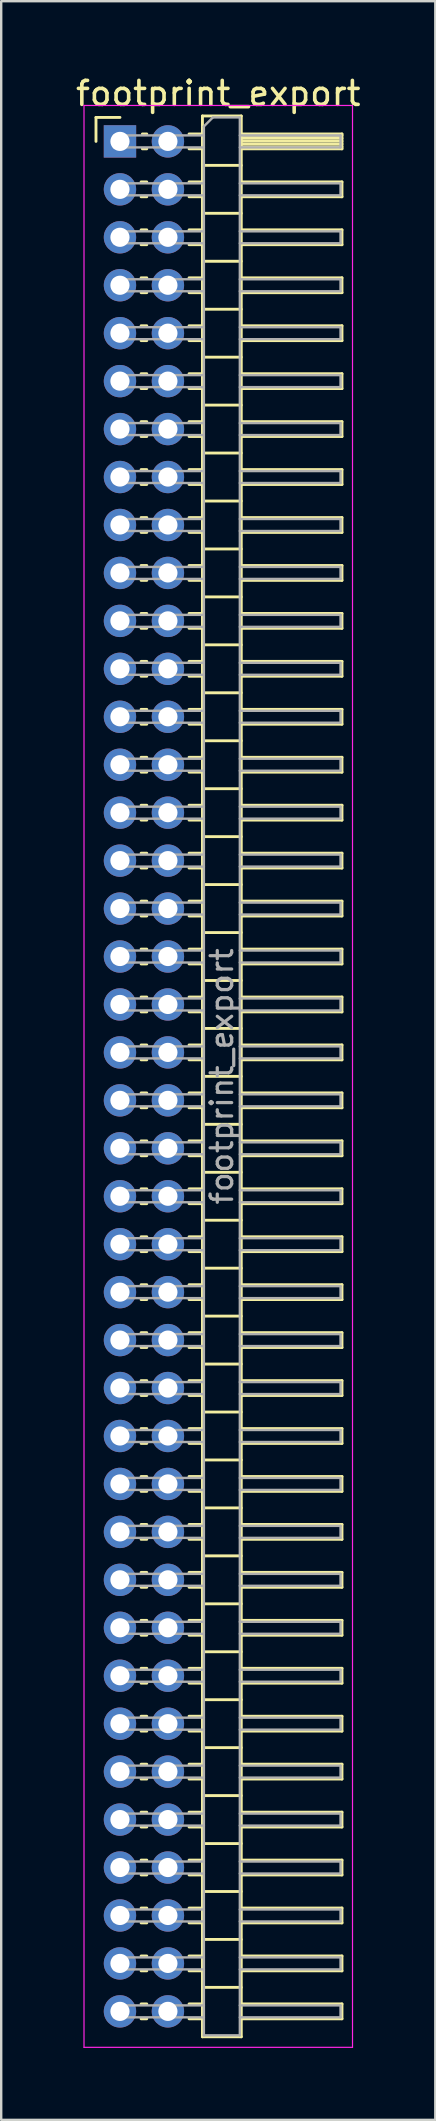
<source format=kicad_pcb>
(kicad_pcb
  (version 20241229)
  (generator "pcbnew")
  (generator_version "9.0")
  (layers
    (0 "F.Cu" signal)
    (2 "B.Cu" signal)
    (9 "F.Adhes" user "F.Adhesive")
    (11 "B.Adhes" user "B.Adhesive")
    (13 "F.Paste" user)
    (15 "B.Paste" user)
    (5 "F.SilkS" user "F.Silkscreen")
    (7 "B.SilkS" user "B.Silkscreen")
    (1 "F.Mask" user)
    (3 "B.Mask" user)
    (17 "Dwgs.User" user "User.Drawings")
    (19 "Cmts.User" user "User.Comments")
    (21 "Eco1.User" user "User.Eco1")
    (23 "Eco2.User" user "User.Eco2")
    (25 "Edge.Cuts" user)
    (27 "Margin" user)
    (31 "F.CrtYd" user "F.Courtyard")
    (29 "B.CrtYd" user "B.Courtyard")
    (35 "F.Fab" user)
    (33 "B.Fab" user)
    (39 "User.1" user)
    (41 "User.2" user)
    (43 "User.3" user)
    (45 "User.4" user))
  (footprint "footprint_export"
    (layer "F.Cu")
    (at 1.954 2.848)
    (property "Reference" "footprint_export" (at 4.1 -2 0) (layer "F.SilkS") (effects (font (size 1 1) (thickness 0.15))))
    (attr through_hole)
    (fp_line (start -1 -1) (end 0 -1) (stroke (width 0.12) (type solid)) (layer "F.SilkS"))
    (fp_line (start -1 0) (end -1 -1) (stroke (width 0.12) (type solid)) (layer "F.SilkS"))
    (fp_line (start 0.882 1.69) (end 1.118 1.69) (stroke (width 0.12) (type solid)) (layer "F.SilkS"))
    (fp_line (start 0.882 2.31) (end 1.118 2.31) (stroke (width 0.12) (type solid)) (layer "F.SilkS"))
    (fp_line (start 0.882 3.69) (end 1.118 3.69) (stroke (width 0.12) (type solid)) (layer "F.SilkS"))
    (fp_line (start 0.882 4.31) (end 1.118 4.31) (stroke (width 0.12) (type solid)) (layer "F.SilkS"))
    (fp_line (start 0.882 5.69) (end 1.118 5.69) (stroke (width 0.12) (type solid)) (layer "F.SilkS"))
    (fp_line (start 0.882 6.31) (end 1.118 6.31) (stroke (width 0.12) (type solid)) (layer "F.SilkS"))
    (fp_line (start 0.882 7.69) (end 1.118 7.69) (stroke (width 0.12) (type solid)) (layer "F.SilkS"))
    (fp_line (start 0.882 8.31) (end 1.118 8.31) (stroke (width 0.12) (type solid)) (layer "F.SilkS"))
    (fp_line (start 0.882 9.69) (end 1.118 9.69) (stroke (width 0.12) (type solid)) (layer "F.SilkS"))
    (fp_line (start 0.882 10.31) (end 1.118 10.31) (stroke (width 0.12) (type solid)) (layer "F.SilkS"))
    (fp_line (start 0.882 11.69) (end 1.118 11.69) (stroke (width 0.12) (type solid)) (layer "F.SilkS"))
    (fp_line (start 0.882 12.31) (end 1.118 12.31) (stroke (width 0.12) (type solid)) (layer "F.SilkS"))
    (fp_line (start 0.882 13.69) (end 1.118 13.69) (stroke (width 0.12) (type solid)) (layer "F.SilkS"))
    (fp_line (start 0.882 14.31) (end 1.118 14.31) (stroke (width 0.12) (type solid)) (layer "F.SilkS"))
    (fp_line (start 0.882 15.69) (end 1.118 15.69) (stroke (width 0.12) (type solid)) (layer "F.SilkS"))
    (fp_line (start 0.882 16.31) (end 1.118 16.31) (stroke (width 0.12) (type solid)) (layer "F.SilkS"))
    (fp_line (start 0.882 17.69) (end 1.118 17.69) (stroke (width 0.12) (type solid)) (layer "F.SilkS"))
    (fp_line (start 0.882 18.31) (end 1.118 18.31) (stroke (width 0.12) (type solid)) (layer "F.SilkS"))
    (fp_line (start 0.882 19.69) (end 1.118 19.69) (stroke (width 0.12) (type solid)) (layer "F.SilkS"))
    (fp_line (start 0.882 20.31) (end 1.118 20.31) (stroke (width 0.12) (type solid)) (layer "F.SilkS"))
    (fp_line (start 0.882 21.69) (end 1.118 21.69) (stroke (width 0.12) (type solid)) (layer "F.SilkS"))
    (fp_line (start 0.882 22.31) (end 1.118 22.31) (stroke (width 0.12) (type solid)) (layer "F.SilkS"))
    (fp_line (start 0.882 23.69) (end 1.118 23.69) (stroke (width 0.12) (type solid)) (layer "F.SilkS"))
    (fp_line (start 0.882 24.31) (end 1.118 24.31) (stroke (width 0.12) (type solid)) (layer "F.SilkS"))
    (fp_line (start 0.882 25.69) (end 1.118 25.69) (stroke (width 0.12) (type solid)) (layer "F.SilkS"))
    (fp_line (start 0.882 26.31) (end 1.118 26.31) (stroke (width 0.12) (type solid)) (layer "F.SilkS"))
    (fp_line (start 0.882 27.69) (end 1.118 27.69) (stroke (width 0.12) (type solid)) (layer "F.SilkS"))
    (fp_line (start 0.882 28.31) (end 1.118 28.31) (stroke (width 0.12) (type solid)) (layer "F.SilkS"))
    (fp_line (start 0.882 29.69) (end 1.118 29.69) (stroke (width 0.12) (type solid)) (layer "F.SilkS"))
    (fp_line (start 0.882 30.31) (end 1.118 30.31) (stroke (width 0.12) (type solid)) (layer "F.SilkS"))
    (fp_line (start 0.882 31.69) (end 1.118 31.69) (stroke (width 0.12) (type solid)) (layer "F.SilkS"))
    (fp_line (start 0.882 32.31) (end 1.118 32.31) (stroke (width 0.12) (type solid)) (layer "F.SilkS"))
    (fp_line (start 0.882 33.69) (end 1.118 33.69) (stroke (width 0.12) (type solid)) (layer "F.SilkS"))
    (fp_line (start 0.882 34.31) (end 1.118 34.31) (stroke (width 0.12) (type solid)) (layer "F.SilkS"))
    (fp_line (start 0.882 35.69) (end 1.118 35.69) (stroke (width 0.12) (type solid)) (layer "F.SilkS"))
    (fp_line (start 0.882 36.31) (end 1.118 36.31) (stroke (width 0.12) (type solid)) (layer "F.SilkS"))
    (fp_line (start 0.882 37.69) (end 1.118 37.69) (stroke (width 0.12) (type solid)) (layer "F.SilkS"))
    (fp_line (start 0.882 38.31) (end 1.118 38.31) (stroke (width 0.12) (type solid)) (layer "F.SilkS"))
    (fp_line (start 0.882 39.69) (end 1.118 39.69) (stroke (width 0.12) (type solid)) (layer "F.SilkS"))
    (fp_line (start 0.882 40.31) (end 1.118 40.31) (stroke (width 0.12) (type solid)) (layer "F.SilkS"))
    (fp_line (start 0.882 41.69) (end 1.118 41.69) (stroke (width 0.12) (type solid)) (layer "F.SilkS"))
    (fp_line (start 0.882 42.31) (end 1.118 42.31) (stroke (width 0.12) (type solid)) (layer "F.SilkS"))
    (fp_line (start 0.882 43.69) (end 1.118 43.69) (stroke (width 0.12) (type solid)) (layer "F.SilkS"))
    (fp_line (start 0.882 44.31) (end 1.118 44.31) (stroke (width 0.12) (type solid)) (layer "F.SilkS"))
    (fp_line (start 0.882 45.69) (end 1.118 45.69) (stroke (width 0.12) (type solid)) (layer "F.SilkS"))
    (fp_line (start 0.882 46.31) (end 1.118 46.31) (stroke (width 0.12) (type solid)) (layer "F.SilkS"))
    (fp_line (start 0.882 47.69) (end 1.118 47.69) (stroke (width 0.12) (type solid)) (layer "F.SilkS"))
    (fp_line (start 0.882 48.31) (end 1.118 48.31) (stroke (width 0.12) (type solid)) (layer "F.SilkS"))
    (fp_line (start 0.882 49.69) (end 1.118 49.69) (stroke (width 0.12) (type solid)) (layer "F.SilkS"))
    (fp_line (start 0.882 50.31) (end 1.118 50.31) (stroke (width 0.12) (type solid)) (layer "F.SilkS"))
    (fp_line (start 0.882 51.69) (end 1.118 51.69) (stroke (width 0.12) (type solid)) (layer "F.SilkS"))
    (fp_line (start 0.882 52.31) (end 1.118 52.31) (stroke (width 0.12) (type solid)) (layer "F.SilkS"))
    (fp_line (start 0.882 53.69) (end 1.118 53.69) (stroke (width 0.12) (type solid)) (layer "F.SilkS"))
    (fp_line (start 0.882 54.31) (end 1.118 54.31) (stroke (width 0.12) (type solid)) (layer "F.SilkS"))
    (fp_line (start 0.882 55.69) (end 1.118 55.69) (stroke (width 0.12) (type solid)) (layer "F.SilkS"))
    (fp_line (start 0.882 56.31) (end 1.118 56.31) (stroke (width 0.12) (type solid)) (layer "F.SilkS"))
    (fp_line (start 0.882 57.69) (end 1.118 57.69) (stroke (width 0.12) (type solid)) (layer "F.SilkS"))
    (fp_line (start 0.882 58.31) (end 1.118 58.31) (stroke (width 0.12) (type solid)) (layer "F.SilkS"))
    (fp_line (start 0.882 59.69) (end 1.118 59.69) (stroke (width 0.12) (type solid)) (layer "F.SilkS"))
    (fp_line (start 0.882 60.31) (end 1.118 60.31) (stroke (width 0.12) (type solid)) (layer "F.SilkS"))
    (fp_line (start 0.882 61.69) (end 1.118 61.69) (stroke (width 0.12) (type solid)) (layer "F.SilkS"))
    (fp_line (start 0.882 62.31) (end 1.118 62.31) (stroke (width 0.12) (type solid)) (layer "F.SilkS"))
    (fp_line (start 0.882 63.69) (end 1.118 63.69) (stroke (width 0.12) (type solid)) (layer "F.SilkS"))
    (fp_line (start 0.882 64.31) (end 1.118 64.31) (stroke (width 0.12) (type solid)) (layer "F.SilkS"))
    (fp_line (start 0.882 65.69) (end 1.118 65.69) (stroke (width 0.12) (type solid)) (layer "F.SilkS"))
    (fp_line (start 0.882 66.31) (end 1.118 66.31) (stroke (width 0.12) (type solid)) (layer "F.SilkS"))
    (fp_line (start 0.882 67.69) (end 1.118 67.69) (stroke (width 0.12) (type solid)) (layer "F.SilkS"))
    (fp_line (start 0.882 68.31) (end 1.118 68.31) (stroke (width 0.12) (type solid)) (layer "F.SilkS"))
    (fp_line (start 0.882 69.69) (end 1.118 69.69) (stroke (width 0.12) (type solid)) (layer "F.SilkS"))
    (fp_line (start 0.882 70.31) (end 1.118 70.31) (stroke (width 0.12) (type solid)) (layer "F.SilkS"))
    (fp_line (start 0.882 71.69) (end 1.118 71.69) (stroke (width 0.12) (type solid)) (layer "F.SilkS"))
    (fp_line (start 0.882 72.31) (end 1.118 72.31) (stroke (width 0.12) (type solid)) (layer "F.SilkS"))
    (fp_line (start 0.882 73.69) (end 1.118 73.69) (stroke (width 0.12) (type solid)) (layer "F.SilkS"))
    (fp_line (start 0.882 74.31) (end 1.118 74.31) (stroke (width 0.12) (type solid)) (layer "F.SilkS"))
    (fp_line (start 0.882 75.69) (end 1.118 75.69) (stroke (width 0.12) (type solid)) (layer "F.SilkS"))
    (fp_line (start 0.882 76.31) (end 1.118 76.31) (stroke (width 0.12) (type solid)) (layer "F.SilkS"))
    (fp_line (start 0.882 77.69) (end 1.118 77.69) (stroke (width 0.12) (type solid)) (layer "F.SilkS"))
    (fp_line (start 0.882 78.31) (end 1.118 78.31) (stroke (width 0.12) (type solid)) (layer "F.SilkS"))
    (fp_line (start 0.935 -0.31) (end 1.118 -0.31) (stroke (width 0.12) (type solid)) (layer "F.SilkS"))
    (fp_line (start 0.935 0.31) (end 1.118 0.31) (stroke (width 0.12) (type solid)) (layer "F.SilkS"))
    (fp_line (start 2.882 -0.31) (end 3.44 -0.31) (stroke (width 0.12) (type solid)) (layer "F.SilkS"))
    (fp_line (start 2.882 0.31) (end 3.44 0.31) (stroke (width 0.12) (type solid)) (layer "F.SilkS"))
    (fp_line (start 2.882 1.69) (end 3.44 1.69) (stroke (width 0.12) (type solid)) (layer "F.SilkS"))
    (fp_line (start 2.882 2.31) (end 3.44 2.31) (stroke (width 0.12) (type solid)) (layer "F.SilkS"))
    (fp_line (start 2.882 3.69) (end 3.44 3.69) (stroke (width 0.12) (type solid)) (layer "F.SilkS"))
    (fp_line (start 2.882 4.31) (end 3.44 4.31) (stroke (width 0.12) (type solid)) (layer "F.SilkS"))
    (fp_line (start 2.882 5.69) (end 3.44 5.69) (stroke (width 0.12) (type solid)) (layer "F.SilkS"))
    (fp_line (start 2.882 6.31) (end 3.44 6.31) (stroke (width 0.12) (type solid)) (layer "F.SilkS"))
    (fp_line (start 2.882 7.69) (end 3.44 7.69) (stroke (width 0.12) (type solid)) (layer "F.SilkS"))
    (fp_line (start 2.882 8.31) (end 3.44 8.31) (stroke (width 0.12) (type solid)) (layer "F.SilkS"))
    (fp_line (start 2.882 9.69) (end 3.44 9.69) (stroke (width 0.12) (type solid)) (layer "F.SilkS"))
    (fp_line (start 2.882 10.31) (end 3.44 10.31) (stroke (width 0.12) (type solid)) (layer "F.SilkS"))
    (fp_line (start 2.882 11.69) (end 3.44 11.69) (stroke (width 0.12) (type solid)) (layer "F.SilkS"))
    (fp_line (start 2.882 12.31) (end 3.44 12.31) (stroke (width 0.12) (type solid)) (layer "F.SilkS"))
    (fp_line (start 2.882 13.69) (end 3.44 13.69) (stroke (width 0.12) (type solid)) (layer "F.SilkS"))
    (fp_line (start 2.882 14.31) (end 3.44 14.31) (stroke (width 0.12) (type solid)) (layer "F.SilkS"))
    (fp_line (start 2.882 15.69) (end 3.44 15.69) (stroke (width 0.12) (type solid)) (layer "F.SilkS"))
    (fp_line (start 2.882 16.31) (end 3.44 16.31) (stroke (width 0.12) (type solid)) (layer "F.SilkS"))
    (fp_line (start 2.882 17.69) (end 3.44 17.69) (stroke (width 0.12) (type solid)) (layer "F.SilkS"))
    (fp_line (start 2.882 18.31) (end 3.44 18.31) (stroke (width 0.12) (type solid)) (layer "F.SilkS"))
    (fp_line (start 2.882 19.69) (end 3.44 19.69) (stroke (width 0.12) (type solid)) (layer "F.SilkS"))
    (fp_line (start 2.882 20.31) (end 3.44 20.31) (stroke (width 0.12) (type solid)) (layer "F.SilkS"))
    (fp_line (start 2.882 21.69) (end 3.44 21.69) (stroke (width 0.12) (type solid)) (layer "F.SilkS"))
    (fp_line (start 2.882 22.31) (end 3.44 22.31) (stroke (width 0.12) (type solid)) (layer "F.SilkS"))
    (fp_line (start 2.882 23.69) (end 3.44 23.69) (stroke (width 0.12) (type solid)) (layer "F.SilkS"))
    (fp_line (start 2.882 24.31) (end 3.44 24.31) (stroke (width 0.12) (type solid)) (layer "F.SilkS"))
    (fp_line (start 2.882 25.69) (end 3.44 25.69) (stroke (width 0.12) (type solid)) (layer "F.SilkS"))
    (fp_line (start 2.882 26.31) (end 3.44 26.31) (stroke (width 0.12) (type solid)) (layer "F.SilkS"))
    (fp_line (start 2.882 27.69) (end 3.44 27.69) (stroke (width 0.12) (type solid)) (layer "F.SilkS"))
    (fp_line (start 2.882 28.31) (end 3.44 28.31) (stroke (width 0.12) (type solid)) (layer "F.SilkS"))
    (fp_line (start 2.882 29.69) (end 3.44 29.69) (stroke (width 0.12) (type solid)) (layer "F.SilkS"))
    (fp_line (start 2.882 30.31) (end 3.44 30.31) (stroke (width 0.12) (type solid)) (layer "F.SilkS"))
    (fp_line (start 2.882 31.69) (end 3.44 31.69) (stroke (width 0.12) (type solid)) (layer "F.SilkS"))
    (fp_line (start 2.882 32.31) (end 3.44 32.31) (stroke (width 0.12) (type solid)) (layer "F.SilkS"))
    (fp_line (start 2.882 33.69) (end 3.44 33.69) (stroke (width 0.12) (type solid)) (layer "F.SilkS"))
    (fp_line (start 2.882 34.31) (end 3.44 34.31) (stroke (width 0.12) (type solid)) (layer "F.SilkS"))
    (fp_line (start 2.882 35.69) (end 3.44 35.69) (stroke (width 0.12) (type solid)) (layer "F.SilkS"))
    (fp_line (start 2.882 36.31) (end 3.44 36.31) (stroke (width 0.12) (type solid)) (layer "F.SilkS"))
    (fp_line (start 2.882 37.69) (end 3.44 37.69) (stroke (width 0.12) (type solid)) (layer "F.SilkS"))
    (fp_line (start 2.882 38.31) (end 3.44 38.31) (stroke (width 0.12) (type solid)) (layer "F.SilkS"))
    (fp_line (start 2.882 39.69) (end 3.44 39.69) (stroke (width 0.12) (type solid)) (layer "F.SilkS"))
    (fp_line (start 2.882 40.31) (end 3.44 40.31) (stroke (width 0.12) (type solid)) (layer "F.SilkS"))
    (fp_line (start 2.882 41.69) (end 3.44 41.69) (stroke (width 0.12) (type solid)) (layer "F.SilkS"))
    (fp_line (start 2.882 42.31) (end 3.44 42.31) (stroke (width 0.12) (type solid)) (layer "F.SilkS"))
    (fp_line (start 2.882 43.69) (end 3.44 43.69) (stroke (width 0.12) (type solid)) (layer "F.SilkS"))
    (fp_line (start 2.882 44.31) (end 3.44 44.31) (stroke (width 0.12) (type solid)) (layer "F.SilkS"))
    (fp_line (start 2.882 45.69) (end 3.44 45.69) (stroke (width 0.12) (type solid)) (layer "F.SilkS"))
    (fp_line (start 2.882 46.31) (end 3.44 46.31) (stroke (width 0.12) (type solid)) (layer "F.SilkS"))
    (fp_line (start 2.882 47.69) (end 3.44 47.69) (stroke (width 0.12) (type solid)) (layer "F.SilkS"))
    (fp_line (start 2.882 48.31) (end 3.44 48.31) (stroke (width 0.12) (type solid)) (layer "F.SilkS"))
    (fp_line (start 2.882 49.69) (end 3.44 49.69) (stroke (width 0.12) (type solid)) (layer "F.SilkS"))
    (fp_line (start 2.882 50.31) (end 3.44 50.31) (stroke (width 0.12) (type solid)) (layer "F.SilkS"))
    (fp_line (start 2.882 51.69) (end 3.44 51.69) (stroke (width 0.12) (type solid)) (layer "F.SilkS"))
    (fp_line (start 2.882 52.31) (end 3.44 52.31) (stroke (width 0.12) (type solid)) (layer "F.SilkS"))
    (fp_line (start 2.882 53.69) (end 3.44 53.69) (stroke (width 0.12) (type solid)) (layer "F.SilkS"))
    (fp_line (start 2.882 54.31) (end 3.44 54.31) (stroke (width 0.12) (type solid)) (layer "F.SilkS"))
    (fp_line (start 2.882 55.69) (end 3.44 55.69) (stroke (width 0.12) (type solid)) (layer "F.SilkS"))
    (fp_line (start 2.882 56.31) (end 3.44 56.31) (stroke (width 0.12) (type solid)) (layer "F.SilkS"))
    (fp_line (start 2.882 57.69) (end 3.44 57.69) (stroke (width 0.12) (type solid)) (layer "F.SilkS"))
    (fp_line (start 2.882 58.31) (end 3.44 58.31) (stroke (width 0.12) (type solid)) (layer "F.SilkS"))
    (fp_line (start 2.882 59.69) (end 3.44 59.69) (stroke (width 0.12) (type solid)) (layer "F.SilkS"))
    (fp_line (start 2.882 60.31) (end 3.44 60.31) (stroke (width 0.12) (type solid)) (layer "F.SilkS"))
    (fp_line (start 2.882 61.69) (end 3.44 61.69) (stroke (width 0.12) (type solid)) (layer "F.SilkS"))
    (fp_line (start 2.882 62.31) (end 3.44 62.31) (stroke (width 0.12) (type solid)) (layer "F.SilkS"))
    (fp_line (start 2.882 63.69) (end 3.44 63.69) (stroke (width 0.12) (type solid)) (layer "F.SilkS"))
    (fp_line (start 2.882 64.31) (end 3.44 64.31) (stroke (width 0.12) (type solid)) (layer "F.SilkS"))
    (fp_line (start 2.882 65.69) (end 3.44 65.69) (stroke (width 0.12) (type solid)) (layer "F.SilkS"))
    (fp_line (start 2.882 66.31) (end 3.44 66.31) (stroke (width 0.12) (type solid)) (layer "F.SilkS"))
    (fp_line (start 2.882 67.69) (end 3.44 67.69) (stroke (width 0.12) (type solid)) (layer "F.SilkS"))
    (fp_line (start 2.882 68.31) (end 3.44 68.31) (stroke (width 0.12) (type solid)) (layer "F.SilkS"))
    (fp_line (start 2.882 69.69) (end 3.44 69.69) (stroke (width 0.12) (type solid)) (layer "F.SilkS"))
    (fp_line (start 2.882 70.31) (end 3.44 70.31) (stroke (width 0.12) (type solid)) (layer "F.SilkS"))
    (fp_line (start 2.882 71.69) (end 3.44 71.69) (stroke (width 0.12) (type solid)) (layer "F.SilkS"))
    (fp_line (start 2.882 72.31) (end 3.44 72.31) (stroke (width 0.12) (type solid)) (layer "F.SilkS"))
    (fp_line (start 2.882 73.69) (end 3.44 73.69) (stroke (width 0.12) (type solid)) (layer "F.SilkS"))
    (fp_line (start 2.882 74.31) (end 3.44 74.31) (stroke (width 0.12) (type solid)) (layer "F.SilkS"))
    (fp_line (start 2.882 75.69) (end 3.44 75.69) (stroke (width 0.12) (type solid)) (layer "F.SilkS"))
    (fp_line (start 2.882 76.31) (end 3.44 76.31) (stroke (width 0.12) (type solid)) (layer "F.SilkS"))
    (fp_line (start 2.882 77.69) (end 3.44 77.69) (stroke (width 0.12) (type solid)) (layer "F.SilkS"))
    (fp_line (start 2.882 78.31) (end 3.44 78.31) (stroke (width 0.12) (type solid)) (layer "F.SilkS"))
    (fp_line (start 3.44 -1.06) (end 3.44 79.06) (stroke (width 0.12) (type solid)) (layer "F.SilkS"))
    (fp_line (start 3.44 1) (end 5.06 1) (stroke (width 0.12) (type solid)) (layer "F.SilkS"))
    (fp_line (start 3.44 3) (end 5.06 3) (stroke (width 0.12) (type solid)) (layer "F.SilkS"))
    (fp_line (start 3.44 5) (end 5.06 5) (stroke (width 0.12) (type solid)) (layer "F.SilkS"))
    (fp_line (start 3.44 7) (end 5.06 7) (stroke (width 0.12) (type solid)) (layer "F.SilkS"))
    (fp_line (start 3.44 9) (end 5.06 9) (stroke (width 0.12) (type solid)) (layer "F.SilkS"))
    (fp_line (start 3.44 11) (end 5.06 11) (stroke (width 0.12) (type solid)) (layer "F.SilkS"))
    (fp_line (start 3.44 13) (end 5.06 13) (stroke (width 0.12) (type solid)) (layer "F.SilkS"))
    (fp_line (start 3.44 15) (end 5.06 15) (stroke (width 0.12) (type solid)) (layer "F.SilkS"))
    (fp_line (start 3.44 17) (end 5.06 17) (stroke (width 0.12) (type solid)) (layer "F.SilkS"))
    (fp_line (start 3.44 19) (end 5.06 19) (stroke (width 0.12) (type solid)) (layer "F.SilkS"))
    (fp_line (start 3.44 21) (end 5.06 21) (stroke (width 0.12) (type solid)) (layer "F.SilkS"))
    (fp_line (start 3.44 23) (end 5.06 23) (stroke (width 0.12) (type solid)) (layer "F.SilkS"))
    (fp_line (start 3.44 25) (end 5.06 25) (stroke (width 0.12) (type solid)) (layer "F.SilkS"))
    (fp_line (start 3.44 27) (end 5.06 27) (stroke (width 0.12) (type solid)) (layer "F.SilkS"))
    (fp_line (start 3.44 29) (end 5.06 29) (stroke (width 0.12) (type solid)) (layer "F.SilkS"))
    (fp_line (start 3.44 31) (end 5.06 31) (stroke (width 0.12) (type solid)) (layer "F.SilkS"))
    (fp_line (start 3.44 33) (end 5.06 33) (stroke (width 0.12) (type solid)) (layer "F.SilkS"))
    (fp_line (start 3.44 35) (end 5.06 35) (stroke (width 0.12) (type solid)) (layer "F.SilkS"))
    (fp_line (start 3.44 37) (end 5.06 37) (stroke (width 0.12) (type solid)) (layer "F.SilkS"))
    (fp_line (start 3.44 39) (end 5.06 39) (stroke (width 0.12) (type solid)) (layer "F.SilkS"))
    (fp_line (start 3.44 41) (end 5.06 41) (stroke (width 0.12) (type solid)) (layer "F.SilkS"))
    (fp_line (start 3.44 43) (end 5.06 43) (stroke (width 0.12) (type solid)) (layer "F.SilkS"))
    (fp_line (start 3.44 45) (end 5.06 45) (stroke (width 0.12) (type solid)) (layer "F.SilkS"))
    (fp_line (start 3.44 47) (end 5.06 47) (stroke (width 0.12) (type solid)) (layer "F.SilkS"))
    (fp_line (start 3.44 49) (end 5.06 49) (stroke (width 0.12) (type solid)) (layer "F.SilkS"))
    (fp_line (start 3.44 51) (end 5.06 51) (stroke (width 0.12) (type solid)) (layer "F.SilkS"))
    (fp_line (start 3.44 53) (end 5.06 53) (stroke (width 0.12) (type solid)) (layer "F.SilkS"))
    (fp_line (start 3.44 55) (end 5.06 55) (stroke (width 0.12) (type solid)) (layer "F.SilkS"))
    (fp_line (start 3.44 57) (end 5.06 57) (stroke (width 0.12) (type solid)) (layer "F.SilkS"))
    (fp_line (start 3.44 59) (end 5.06 59) (stroke (width 0.12) (type solid)) (layer "F.SilkS"))
    (fp_line (start 3.44 61) (end 5.06 61) (stroke (width 0.12) (type solid)) (layer "F.SilkS"))
    (fp_line (start 3.44 63) (end 5.06 63) (stroke (width 0.12) (type solid)) (layer "F.SilkS"))
    (fp_line (start 3.44 65) (end 5.06 65) (stroke (width 0.12) (type solid)) (layer "F.SilkS"))
    (fp_line (start 3.44 67) (end 5.06 67) (stroke (width 0.12) (type solid)) (layer "F.SilkS"))
    (fp_line (start 3.44 69) (end 5.06 69) (stroke (width 0.12) (type solid)) (layer "F.SilkS"))
    (fp_line (start 3.44 71) (end 5.06 71) (stroke (width 0.12) (type solid)) (layer "F.SilkS"))
    (fp_line (start 3.44 73) (end 5.06 73) (stroke (width 0.12) (type solid)) (layer "F.SilkS"))
    (fp_line (start 3.44 75) (end 5.06 75) (stroke (width 0.12) (type solid)) (layer "F.SilkS"))
    (fp_line (start 3.44 77) (end 5.06 77) (stroke (width 0.12) (type solid)) (layer "F.SilkS"))
    (fp_line (start 3.44 79.06) (end 5.06 79.06) (stroke (width 0.12) (type solid)) (layer "F.SilkS"))
    (fp_line (start 5.06 -1.06) (end 3.44 -1.06) (stroke (width 0.12) (type solid)) (layer "F.SilkS"))
    (fp_line (start 5.06 -0.31) (end 9.26 -0.31) (stroke (width 0.12) (type solid)) (layer "F.SilkS"))
    (fp_line (start 5.06 -0.25) (end 9.26 -0.25) (stroke (width 0.12) (type solid)) (layer "F.SilkS"))
    (fp_line (start 5.06 -0.13) (end 9.26 -0.13) (stroke (width 0.12) (type solid)) (layer "F.SilkS"))
    (fp_line (start 5.06 -0.01) (end 9.26 -0.01) (stroke (width 0.12) (type solid)) (layer "F.SilkS"))
    (fp_line (start 5.06 0.11) (end 9.26 0.11) (stroke (width 0.12) (type solid)) (layer "F.SilkS"))
    (fp_line (start 5.06 0.23) (end 9.26 0.23) (stroke (width 0.12) (type solid)) (layer "F.SilkS"))
    (fp_line (start 5.06 1.69) (end 9.26 1.69) (stroke (width 0.12) (type solid)) (layer "F.SilkS"))
    (fp_line (start 5.06 3.69) (end 9.26 3.69) (stroke (width 0.12) (type solid)) (layer "F.SilkS"))
    (fp_line (start 5.06 5.69) (end 9.26 5.69) (stroke (width 0.12) (type solid)) (layer "F.SilkS"))
    (fp_line (start 5.06 7.69) (end 9.26 7.69) (stroke (width 0.12) (type solid)) (layer "F.SilkS"))
    (fp_line (start 5.06 9.69) (end 9.26 9.69) (stroke (width 0.12) (type solid)) (layer "F.SilkS"))
    (fp_line (start 5.06 11.69) (end 9.26 11.69) (stroke (width 0.12) (type solid)) (layer "F.SilkS"))
    (fp_line (start 5.06 13.69) (end 9.26 13.69) (stroke (width 0.12) (type solid)) (layer "F.SilkS"))
    (fp_line (start 5.06 15.69) (end 9.26 15.69) (stroke (width 0.12) (type solid)) (layer "F.SilkS"))
    (fp_line (start 5.06 17.69) (end 9.26 17.69) (stroke (width 0.12) (type solid)) (layer "F.SilkS"))
    (fp_line (start 5.06 19.69) (end 9.26 19.69) (stroke (width 0.12) (type solid)) (layer "F.SilkS"))
    (fp_line (start 5.06 21.69) (end 9.26 21.69) (stroke (width 0.12) (type solid)) (layer "F.SilkS"))
    (fp_line (start 5.06 23.69) (end 9.26 23.69) (stroke (width 0.12) (type solid)) (layer "F.SilkS"))
    (fp_line (start 5.06 25.69) (end 9.26 25.69) (stroke (width 0.12) (type solid)) (layer "F.SilkS"))
    (fp_line (start 5.06 27.69) (end 9.26 27.69) (stroke (width 0.12) (type solid)) (layer "F.SilkS"))
    (fp_line (start 5.06 29.69) (end 9.26 29.69) (stroke (width 0.12) (type solid)) (layer "F.SilkS"))
    (fp_line (start 5.06 31.69) (end 9.26 31.69) (stroke (width 0.12) (type solid)) (layer "F.SilkS"))
    (fp_line (start 5.06 33.69) (end 9.26 33.69) (stroke (width 0.12) (type solid)) (layer "F.SilkS"))
    (fp_line (start 5.06 35.69) (end 9.26 35.69) (stroke (width 0.12) (type solid)) (layer "F.SilkS"))
    (fp_line (start 5.06 37.69) (end 9.26 37.69) (stroke (width 0.12) (type solid)) (layer "F.SilkS"))
    (fp_line (start 5.06 39.69) (end 9.26 39.69) (stroke (width 0.12) (type solid)) (layer "F.SilkS"))
    (fp_line (start 5.06 41.69) (end 9.26 41.69) (stroke (width 0.12) (type solid)) (layer "F.SilkS"))
    (fp_line (start 5.06 43.69) (end 9.26 43.69) (stroke (width 0.12) (type solid)) (layer "F.SilkS"))
    (fp_line (start 5.06 45.69) (end 9.26 45.69) (stroke (width 0.12) (type solid)) (layer "F.SilkS"))
    (fp_line (start 5.06 47.69) (end 9.26 47.69) (stroke (width 0.12) (type solid)) (layer "F.SilkS"))
    (fp_line (start 5.06 49.69) (end 9.26 49.69) (stroke (width 0.12) (type solid)) (layer "F.SilkS"))
    (fp_line (start 5.06 51.69) (end 9.26 51.69) (stroke (width 0.12) (type solid)) (layer "F.SilkS"))
    (fp_line (start 5.06 53.69) (end 9.26 53.69) (stroke (width 0.12) (type solid)) (layer "F.SilkS"))
    (fp_line (start 5.06 55.69) (end 9.26 55.69) (stroke (width 0.12) (type solid)) (layer "F.SilkS"))
    (fp_line (start 5.06 57.69) (end 9.26 57.69) (stroke (width 0.12) (type solid)) (layer "F.SilkS"))
    (fp_line (start 5.06 59.69) (end 9.26 59.69) (stroke (width 0.12) (type solid)) (layer "F.SilkS"))
    (fp_line (start 5.06 61.69) (end 9.26 61.69) (stroke (width 0.12) (type solid)) (layer "F.SilkS"))
    (fp_line (start 5.06 63.69) (end 9.26 63.69) (stroke (width 0.12) (type solid)) (layer "F.SilkS"))
    (fp_line (start 5.06 65.69) (end 9.26 65.69) (stroke (width 0.12) (type solid)) (layer "F.SilkS"))
    (fp_line (start 5.06 67.69) (end 9.26 67.69) (stroke (width 0.12) (type solid)) (layer "F.SilkS"))
    (fp_line (start 5.06 69.69) (end 9.26 69.69) (stroke (width 0.12) (type solid)) (layer "F.SilkS"))
    (fp_line (start 5.06 71.69) (end 9.26 71.69) (stroke (width 0.12) (type solid)) (layer "F.SilkS"))
    (fp_line (start 5.06 73.69) (end 9.26 73.69) (stroke (width 0.12) (type solid)) (layer "F.SilkS"))
    (fp_line (start 5.06 75.69) (end 9.26 75.69) (stroke (width 0.12) (type solid)) (layer "F.SilkS"))
    (fp_line (start 5.06 77.69) (end 9.26 77.69) (stroke (width 0.12) (type solid)) (layer "F.SilkS"))
    (fp_line (start 5.06 79.06) (end 5.06 -1.06) (stroke (width 0.12) (type solid)) (layer "F.SilkS"))
    (fp_line (start 9.26 -0.31) (end 9.26 0.31) (stroke (width 0.12) (type solid)) (layer "F.SilkS"))
    (fp_line (start 9.26 0.31) (end 5.06 0.31) (stroke (width 0.12) (type solid)) (layer "F.SilkS"))
    (fp_line (start 9.26 1.69) (end 9.26 2.31) (stroke (width 0.12) (type solid)) (layer "F.SilkS"))
    (fp_line (start 9.26 2.31) (end 5.06 2.31) (stroke (width 0.12) (type solid)) (layer "F.SilkS"))
    (fp_line (start 9.26 3.69) (end 9.26 4.31) (stroke (width 0.12) (type solid)) (layer "F.SilkS"))
    (fp_line (start 9.26 4.31) (end 5.06 4.31) (stroke (width 0.12) (type solid)) (layer "F.SilkS"))
    (fp_line (start 9.26 5.69) (end 9.26 6.31) (stroke (width 0.12) (type solid)) (layer "F.SilkS"))
    (fp_line (start 9.26 6.31) (end 5.06 6.31) (stroke (width 0.12) (type solid)) (layer "F.SilkS"))
    (fp_line (start 9.26 7.69) (end 9.26 8.31) (stroke (width 0.12) (type solid)) (layer "F.SilkS"))
    (fp_line (start 9.26 8.31) (end 5.06 8.31) (stroke (width 0.12) (type solid)) (layer "F.SilkS"))
    (fp_line (start 9.26 9.69) (end 9.26 10.31) (stroke (width 0.12) (type solid)) (layer "F.SilkS"))
    (fp_line (start 9.26 10.31) (end 5.06 10.31) (stroke (width 0.12) (type solid)) (layer "F.SilkS"))
    (fp_line (start 9.26 11.69) (end 9.26 12.31) (stroke (width 0.12) (type solid)) (layer "F.SilkS"))
    (fp_line (start 9.26 12.31) (end 5.06 12.31) (stroke (width 0.12) (type solid)) (layer "F.SilkS"))
    (fp_line (start 9.26 13.69) (end 9.26 14.31) (stroke (width 0.12) (type solid)) (layer "F.SilkS"))
    (fp_line (start 9.26 14.31) (end 5.06 14.31) (stroke (width 0.12) (type solid)) (layer "F.SilkS"))
    (fp_line (start 9.26 15.69) (end 9.26 16.31) (stroke (width 0.12) (type solid)) (layer "F.SilkS"))
    (fp_line (start 9.26 16.31) (end 5.06 16.31) (stroke (width 0.12) (type solid)) (layer "F.SilkS"))
    (fp_line (start 9.26 17.69) (end 9.26 18.31) (stroke (width 0.12) (type solid)) (layer "F.SilkS"))
    (fp_line (start 9.26 18.31) (end 5.06 18.31) (stroke (width 0.12) (type solid)) (layer "F.SilkS"))
    (fp_line (start 9.26 19.69) (end 9.26 20.31) (stroke (width 0.12) (type solid)) (layer "F.SilkS"))
    (fp_line (start 9.26 20.31) (end 5.06 20.31) (stroke (width 0.12) (type solid)) (layer "F.SilkS"))
    (fp_line (start 9.26 21.69) (end 9.26 22.31) (stroke (width 0.12) (type solid)) (layer "F.SilkS"))
    (fp_line (start 9.26 22.31) (end 5.06 22.31) (stroke (width 0.12) (type solid)) (layer "F.SilkS"))
    (fp_line (start 9.26 23.69) (end 9.26 24.31) (stroke (width 0.12) (type solid)) (layer "F.SilkS"))
    (fp_line (start 9.26 24.31) (end 5.06 24.31) (stroke (width 0.12) (type solid)) (layer "F.SilkS"))
    (fp_line (start 9.26 25.69) (end 9.26 26.31) (stroke (width 0.12) (type solid)) (layer "F.SilkS"))
    (fp_line (start 9.26 26.31) (end 5.06 26.31) (stroke (width 0.12) (type solid)) (layer "F.SilkS"))
    (fp_line (start 9.26 27.69) (end 9.26 28.31) (stroke (width 0.12) (type solid)) (layer "F.SilkS"))
    (fp_line (start 9.26 28.31) (end 5.06 28.31) (stroke (width 0.12) (type solid)) (layer "F.SilkS"))
    (fp_line (start 9.26 29.69) (end 9.26 30.31) (stroke (width 0.12) (type solid)) (layer "F.SilkS"))
    (fp_line (start 9.26 30.31) (end 5.06 30.31) (stroke (width 0.12) (type solid)) (layer "F.SilkS"))
    (fp_line (start 9.26 31.69) (end 9.26 32.31) (stroke (width 0.12) (type solid)) (layer "F.SilkS"))
    (fp_line (start 9.26 32.31) (end 5.06 32.31) (stroke (width 0.12) (type solid)) (layer "F.SilkS"))
    (fp_line (start 9.26 33.69) (end 9.26 34.31) (stroke (width 0.12) (type solid)) (layer "F.SilkS"))
    (fp_line (start 9.26 34.31) (end 5.06 34.31) (stroke (width 0.12) (type solid)) (layer "F.SilkS"))
    (fp_line (start 9.26 35.69) (end 9.26 36.31) (stroke (width 0.12) (type solid)) (layer "F.SilkS"))
    (fp_line (start 9.26 36.31) (end 5.06 36.31) (stroke (width 0.12) (type solid)) (layer "F.SilkS"))
    (fp_line (start 9.26 37.69) (end 9.26 38.31) (stroke (width 0.12) (type solid)) (layer "F.SilkS"))
    (fp_line (start 9.26 38.31) (end 5.06 38.31) (stroke (width 0.12) (type solid)) (layer "F.SilkS"))
    (fp_line (start 9.26 39.69) (end 9.26 40.31) (stroke (width 0.12) (type solid)) (layer "F.SilkS"))
    (fp_line (start 9.26 40.31) (end 5.06 40.31) (stroke (width 0.12) (type solid)) (layer "F.SilkS"))
    (fp_line (start 9.26 41.69) (end 9.26 42.31) (stroke (width 0.12) (type solid)) (layer "F.SilkS"))
    (fp_line (start 9.26 42.31) (end 5.06 42.31) (stroke (width 0.12) (type solid)) (layer "F.SilkS"))
    (fp_line (start 9.26 43.69) (end 9.26 44.31) (stroke (width 0.12) (type solid)) (layer "F.SilkS"))
    (fp_line (start 9.26 44.31) (end 5.06 44.31) (stroke (width 0.12) (type solid)) (layer "F.SilkS"))
    (fp_line (start 9.26 45.69) (end 9.26 46.31) (stroke (width 0.12) (type solid)) (layer "F.SilkS"))
    (fp_line (start 9.26 46.31) (end 5.06 46.31) (stroke (width 0.12) (type solid)) (layer "F.SilkS"))
    (fp_line (start 9.26 47.69) (end 9.26 48.31) (stroke (width 0.12) (type solid)) (layer "F.SilkS"))
    (fp_line (start 9.26 48.31) (end 5.06 48.31) (stroke (width 0.12) (type solid)) (layer "F.SilkS"))
    (fp_line (start 9.26 49.69) (end 9.26 50.31) (stroke (width 0.12) (type solid)) (layer "F.SilkS"))
    (fp_line (start 9.26 50.31) (end 5.06 50.31) (stroke (width 0.12) (type solid)) (layer "F.SilkS"))
    (fp_line (start 9.26 51.69) (end 9.26 52.31) (stroke (width 0.12) (type solid)) (layer "F.SilkS"))
    (fp_line (start 9.26 52.31) (end 5.06 52.31) (stroke (width 0.12) (type solid)) (layer "F.SilkS"))
    (fp_line (start 9.26 53.69) (end 9.26 54.31) (stroke (width 0.12) (type solid)) (layer "F.SilkS"))
    (fp_line (start 9.26 54.31) (end 5.06 54.31) (stroke (width 0.12) (type solid)) (layer "F.SilkS"))
    (fp_line (start 9.26 55.69) (end 9.26 56.31) (stroke (width 0.12) (type solid)) (layer "F.SilkS"))
    (fp_line (start 9.26 56.31) (end 5.06 56.31) (stroke (width 0.12) (type solid)) (layer "F.SilkS"))
    (fp_line (start 9.26 57.69) (end 9.26 58.31) (stroke (width 0.12) (type solid)) (layer "F.SilkS"))
    (fp_line (start 9.26 58.31) (end 5.06 58.31) (stroke (width 0.12) (type solid)) (layer "F.SilkS"))
    (fp_line (start 9.26 59.69) (end 9.26 60.31) (stroke (width 0.12) (type solid)) (layer "F.SilkS"))
    (fp_line (start 9.26 60.31) (end 5.06 60.31) (stroke (width 0.12) (type solid)) (layer "F.SilkS"))
    (fp_line (start 9.26 61.69) (end 9.26 62.31) (stroke (width 0.12) (type solid)) (layer "F.SilkS"))
    (fp_line (start 9.26 62.31) (end 5.06 62.31) (stroke (width 0.12) (type solid)) (layer "F.SilkS"))
    (fp_line (start 9.26 63.69) (end 9.26 64.31) (stroke (width 0.12) (type solid)) (layer "F.SilkS"))
    (fp_line (start 9.26 64.31) (end 5.06 64.31) (stroke (width 0.12) (type solid)) (layer "F.SilkS"))
    (fp_line (start 9.26 65.69) (end 9.26 66.31) (stroke (width 0.12) (type solid)) (layer "F.SilkS"))
    (fp_line (start 9.26 66.31) (end 5.06 66.31) (stroke (width 0.12) (type solid)) (layer "F.SilkS"))
    (fp_line (start 9.26 67.69) (end 9.26 68.31) (stroke (width 0.12) (type solid)) (layer "F.SilkS"))
    (fp_line (start 9.26 68.31) (end 5.06 68.31) (stroke (width 0.12) (type solid)) (layer "F.SilkS"))
    (fp_line (start 9.26 69.69) (end 9.26 70.31) (stroke (width 0.12) (type solid)) (layer "F.SilkS"))
    (fp_line (start 9.26 70.31) (end 5.06 70.31) (stroke (width 0.12) (type solid)) (layer "F.SilkS"))
    (fp_line (start 9.26 71.69) (end 9.26 72.31) (stroke (width 0.12) (type solid)) (layer "F.SilkS"))
    (fp_line (start 9.26 72.31) (end 5.06 72.31) (stroke (width 0.12) (type solid)) (layer "F.SilkS"))
    (fp_line (start 9.26 73.69) (end 9.26 74.31) (stroke (width 0.12) (type solid)) (layer "F.SilkS"))
    (fp_line (start 9.26 74.31) (end 5.06 74.31) (stroke (width 0.12) (type solid)) (layer "F.SilkS"))
    (fp_line (start 9.26 75.69) (end 9.26 76.31) (stroke (width 0.12) (type solid)) (layer "F.SilkS"))
    (fp_line (start 9.26 76.31) (end 5.06 76.31) (stroke (width 0.12) (type solid)) (layer "F.SilkS"))
    (fp_line (start 9.26 77.69) (end 9.26 78.31) (stroke (width 0.12) (type solid)) (layer "F.SilkS"))
    (fp_line (start 9.26 78.31) (end 5.06 78.31) (stroke (width 0.12) (type solid)) (layer "F.SilkS"))
    (fp_line (start -1.5 -1.5) (end -1.5 79.5) (stroke (width 0.05) (type solid)) (layer "F.CrtYd"))
    (fp_line (start -1.5 79.5) (end 9.7 79.5) (stroke (width 0.05) (type solid)) (layer "F.CrtYd"))
    (fp_line (start 9.7 -1.5) (end -1.5 -1.5) (stroke (width 0.05) (type solid)) (layer "F.CrtYd"))
    (fp_line (start 9.7 79.5) (end 9.7 -1.5) (stroke (width 0.05) (type solid)) (layer "F.CrtYd"))
    (fp_line (start -0.25 -0.25) (end -0.25 0.25) (stroke (width 0.1) (type solid)) (layer "F.Fab"))
    (fp_line (start -0.25 -0.25) (end 3.5 -0.25) (stroke (width 0.1) (type solid)) (layer "F.Fab"))
    (fp_line (start -0.25 0.25) (end 3.5 0.25) (stroke (width 0.1) (type solid)) (layer "F.Fab"))
    (fp_line (start -0.25 1.75) (end -0.25 2.25) (stroke (width 0.1) (type solid)) (layer "F.Fab"))
    (fp_line (start -0.25 1.75) (end 3.5 1.75) (stroke (width 0.1) (type solid)) (layer "F.Fab"))
    (fp_line (start -0.25 2.25) (end 3.5 2.25) (stroke (width 0.1) (type solid)) (layer "F.Fab"))
    (fp_line (start -0.25 3.75) (end -0.25 4.25) (stroke (width 0.1) (type solid)) (layer "F.Fab"))
    (fp_line (start -0.25 3.75) (end 3.5 3.75) (stroke (width 0.1) (type solid)) (layer "F.Fab"))
    (fp_line (start -0.25 4.25) (end 3.5 4.25) (stroke (width 0.1) (type solid)) (layer "F.Fab"))
    (fp_line (start -0.25 5.75) (end -0.25 6.25) (stroke (width 0.1) (type solid)) (layer "F.Fab"))
    (fp_line (start -0.25 5.75) (end 3.5 5.75) (stroke (width 0.1) (type solid)) (layer "F.Fab"))
    (fp_line (start -0.25 6.25) (end 3.5 6.25) (stroke (width 0.1) (type solid)) (layer "F.Fab"))
    (fp_line (start -0.25 7.75) (end -0.25 8.25) (stroke (width 0.1) (type solid)) (layer "F.Fab"))
    (fp_line (start -0.25 7.75) (end 3.5 7.75) (stroke (width 0.1) (type solid)) (layer "F.Fab"))
    (fp_line (start -0.25 8.25) (end 3.5 8.25) (stroke (width 0.1) (type solid)) (layer "F.Fab"))
    (fp_line (start -0.25 9.75) (end -0.25 10.25) (stroke (width 0.1) (type solid)) (layer "F.Fab"))
    (fp_line (start -0.25 9.75) (end 3.5 9.75) (stroke (width 0.1) (type solid)) (layer "F.Fab"))
    (fp_line (start -0.25 10.25) (end 3.5 10.25) (stroke (width 0.1) (type solid)) (layer "F.Fab"))
    (fp_line (start -0.25 11.75) (end -0.25 12.25) (stroke (width 0.1) (type solid)) (layer "F.Fab"))
    (fp_line (start -0.25 11.75) (end 3.5 11.75) (stroke (width 0.1) (type solid)) (layer "F.Fab"))
    (fp_line (start -0.25 12.25) (end 3.5 12.25) (stroke (width 0.1) (type solid)) (layer "F.Fab"))
    (fp_line (start -0.25 13.75) (end -0.25 14.25) (stroke (width 0.1) (type solid)) (layer "F.Fab"))
    (fp_line (start -0.25 13.75) (end 3.5 13.75) (stroke (width 0.1) (type solid)) (layer "F.Fab"))
    (fp_line (start -0.25 14.25) (end 3.5 14.25) (stroke (width 0.1) (type solid)) (layer "F.Fab"))
    (fp_line (start -0.25 15.75) (end -0.25 16.25) (stroke (width 0.1) (type solid)) (layer "F.Fab"))
    (fp_line (start -0.25 15.75) (end 3.5 15.75) (stroke (width 0.1) (type solid)) (layer "F.Fab"))
    (fp_line (start -0.25 16.25) (end 3.5 16.25) (stroke (width 0.1) (type solid)) (layer "F.Fab"))
    (fp_line (start -0.25 17.75) (end -0.25 18.25) (stroke (width 0.1) (type solid)) (layer "F.Fab"))
    (fp_line (start -0.25 17.75) (end 3.5 17.75) (stroke (width 0.1) (type solid)) (layer "F.Fab"))
    (fp_line (start -0.25 18.25) (end 3.5 18.25) (stroke (width 0.1) (type solid)) (layer "F.Fab"))
    (fp_line (start -0.25 19.75) (end -0.25 20.25) (stroke (width 0.1) (type solid)) (layer "F.Fab"))
    (fp_line (start -0.25 19.75) (end 3.5 19.75) (stroke (width 0.1) (type solid)) (layer "F.Fab"))
    (fp_line (start -0.25 20.25) (end 3.5 20.25) (stroke (width 0.1) (type solid)) (layer "F.Fab"))
    (fp_line (start -0.25 21.75) (end -0.25 22.25) (stroke (width 0.1) (type solid)) (layer "F.Fab"))
    (fp_line (start -0.25 21.75) (end 3.5 21.75) (stroke (width 0.1) (type solid)) (layer "F.Fab"))
    (fp_line (start -0.25 22.25) (end 3.5 22.25) (stroke (width 0.1) (type solid)) (layer "F.Fab"))
    (fp_line (start -0.25 23.75) (end -0.25 24.25) (stroke (width 0.1) (type solid)) (layer "F.Fab"))
    (fp_line (start -0.25 23.75) (end 3.5 23.75) (stroke (width 0.1) (type solid)) (layer "F.Fab"))
    (fp_line (start -0.25 24.25) (end 3.5 24.25) (stroke (width 0.1) (type solid)) (layer "F.Fab"))
    (fp_line (start -0.25 25.75) (end -0.25 26.25) (stroke (width 0.1) (type solid)) (layer "F.Fab"))
    (fp_line (start -0.25 25.75) (end 3.5 25.75) (stroke (width 0.1) (type solid)) (layer "F.Fab"))
    (fp_line (start -0.25 26.25) (end 3.5 26.25) (stroke (width 0.1) (type solid)) (layer "F.Fab"))
    (fp_line (start -0.25 27.75) (end -0.25 28.25) (stroke (width 0.1) (type solid)) (layer "F.Fab"))
    (fp_line (start -0.25 27.75) (end 3.5 27.75) (stroke (width 0.1) (type solid)) (layer "F.Fab"))
    (fp_line (start -0.25 28.25) (end 3.5 28.25) (stroke (width 0.1) (type solid)) (layer "F.Fab"))
    (fp_line (start -0.25 29.75) (end -0.25 30.25) (stroke (width 0.1) (type solid)) (layer "F.Fab"))
    (fp_line (start -0.25 29.75) (end 3.5 29.75) (stroke (width 0.1) (type solid)) (layer "F.Fab"))
    (fp_line (start -0.25 30.25) (end 3.5 30.25) (stroke (width 0.1) (type solid)) (layer "F.Fab"))
    (fp_line (start -0.25 31.75) (end -0.25 32.25) (stroke (width 0.1) (type solid)) (layer "F.Fab"))
    (fp_line (start -0.25 31.75) (end 3.5 31.75) (stroke (width 0.1) (type solid)) (layer "F.Fab"))
    (fp_line (start -0.25 32.25) (end 3.5 32.25) (stroke (width 0.1) (type solid)) (layer "F.Fab"))
    (fp_line (start -0.25 33.75) (end -0.25 34.25) (stroke (width 0.1) (type solid)) (layer "F.Fab"))
    (fp_line (start -0.25 33.75) (end 3.5 33.75) (stroke (width 0.1) (type solid)) (layer "F.Fab"))
    (fp_line (start -0.25 34.25) (end 3.5 34.25) (stroke (width 0.1) (type solid)) (layer "F.Fab"))
    (fp_line (start -0.25 35.75) (end -0.25 36.25) (stroke (width 0.1) (type solid)) (layer "F.Fab"))
    (fp_line (start -0.25 35.75) (end 3.5 35.75) (stroke (width 0.1) (type solid)) (layer "F.Fab"))
    (fp_line (start -0.25 36.25) (end 3.5 36.25) (stroke (width 0.1) (type solid)) (layer "F.Fab"))
    (fp_line (start -0.25 37.75) (end -0.25 38.25) (stroke (width 0.1) (type solid)) (layer "F.Fab"))
    (fp_line (start -0.25 37.75) (end 3.5 37.75) (stroke (width 0.1) (type solid)) (layer "F.Fab"))
    (fp_line (start -0.25 38.25) (end 3.5 38.25) (stroke (width 0.1) (type solid)) (layer "F.Fab"))
    (fp_line (start -0.25 39.75) (end -0.25 40.25) (stroke (width 0.1) (type solid)) (layer "F.Fab"))
    (fp_line (start -0.25 39.75) (end 3.5 39.75) (stroke (width 0.1) (type solid)) (layer "F.Fab"))
    (fp_line (start -0.25 40.25) (end 3.5 40.25) (stroke (width 0.1) (type solid)) (layer "F.Fab"))
    (fp_line (start -0.25 41.75) (end -0.25 42.25) (stroke (width 0.1) (type solid)) (layer "F.Fab"))
    (fp_line (start -0.25 41.75) (end 3.5 41.75) (stroke (width 0.1) (type solid)) (layer "F.Fab"))
    (fp_line (start -0.25 42.25) (end 3.5 42.25) (stroke (width 0.1) (type solid)) (layer "F.Fab"))
    (fp_line (start -0.25 43.75) (end -0.25 44.25) (stroke (width 0.1) (type solid)) (layer "F.Fab"))
    (fp_line (start -0.25 43.75) (end 3.5 43.75) (stroke (width 0.1) (type solid)) (layer "F.Fab"))
    (fp_line (start -0.25 44.25) (end 3.5 44.25) (stroke (width 0.1) (type solid)) (layer "F.Fab"))
    (fp_line (start -0.25 45.75) (end -0.25 46.25) (stroke (width 0.1) (type solid)) (layer "F.Fab"))
    (fp_line (start -0.25 45.75) (end 3.5 45.75) (stroke (width 0.1) (type solid)) (layer "F.Fab"))
    (fp_line (start -0.25 46.25) (end 3.5 46.25) (stroke (width 0.1) (type solid)) (layer "F.Fab"))
    (fp_line (start -0.25 47.75) (end -0.25 48.25) (stroke (width 0.1) (type solid)) (layer "F.Fab"))
    (fp_line (start -0.25 47.75) (end 3.5 47.75) (stroke (width 0.1) (type solid)) (layer "F.Fab"))
    (fp_line (start -0.25 48.25) (end 3.5 48.25) (stroke (width 0.1) (type solid)) (layer "F.Fab"))
    (fp_line (start -0.25 49.75) (end -0.25 50.25) (stroke (width 0.1) (type solid)) (layer "F.Fab"))
    (fp_line (start -0.25 49.75) (end 3.5 49.75) (stroke (width 0.1) (type solid)) (layer "F.Fab"))
    (fp_line (start -0.25 50.25) (end 3.5 50.25) (stroke (width 0.1) (type solid)) (layer "F.Fab"))
    (fp_line (start -0.25 51.75) (end -0.25 52.25) (stroke (width 0.1) (type solid)) (layer "F.Fab"))
    (fp_line (start -0.25 51.75) (end 3.5 51.75) (stroke (width 0.1) (type solid)) (layer "F.Fab"))
    (fp_line (start -0.25 52.25) (end 3.5 52.25) (stroke (width 0.1) (type solid)) (layer "F.Fab"))
    (fp_line (start -0.25 53.75) (end -0.25 54.25) (stroke (width 0.1) (type solid)) (layer "F.Fab"))
    (fp_line (start -0.25 53.75) (end 3.5 53.75) (stroke (width 0.1) (type solid)) (layer "F.Fab"))
    (fp_line (start -0.25 54.25) (end 3.5 54.25) (stroke (width 0.1) (type solid)) (layer "F.Fab"))
    (fp_line (start -0.25 55.75) (end -0.25 56.25) (stroke (width 0.1) (type solid)) (layer "F.Fab"))
    (fp_line (start -0.25 55.75) (end 3.5 55.75) (stroke (width 0.1) (type solid)) (layer "F.Fab"))
    (fp_line (start -0.25 56.25) (end 3.5 56.25) (stroke (width 0.1) (type solid)) (layer "F.Fab"))
    (fp_line (start -0.25 57.75) (end -0.25 58.25) (stroke (width 0.1) (type solid)) (layer "F.Fab"))
    (fp_line (start -0.25 57.75) (end 3.5 57.75) (stroke (width 0.1) (type solid)) (layer "F.Fab"))
    (fp_line (start -0.25 58.25) (end 3.5 58.25) (stroke (width 0.1) (type solid)) (layer "F.Fab"))
    (fp_line (start -0.25 59.75) (end -0.25 60.25) (stroke (width 0.1) (type solid)) (layer "F.Fab"))
    (fp_line (start -0.25 59.75) (end 3.5 59.75) (stroke (width 0.1) (type solid)) (layer "F.Fab"))
    (fp_line (start -0.25 60.25) (end 3.5 60.25) (stroke (width 0.1) (type solid)) (layer "F.Fab"))
    (fp_line (start -0.25 61.75) (end -0.25 62.25) (stroke (width 0.1) (type solid)) (layer "F.Fab"))
    (fp_line (start -0.25 61.75) (end 3.5 61.75) (stroke (width 0.1) (type solid)) (layer "F.Fab"))
    (fp_line (start -0.25 62.25) (end 3.5 62.25) (stroke (width 0.1) (type solid)) (layer "F.Fab"))
    (fp_line (start -0.25 63.75) (end -0.25 64.25) (stroke (width 0.1) (type solid)) (layer "F.Fab"))
    (fp_line (start -0.25 63.75) (end 3.5 63.75) (stroke (width 0.1) (type solid)) (layer "F.Fab"))
    (fp_line (start -0.25 64.25) (end 3.5 64.25) (stroke (width 0.1) (type solid)) (layer "F.Fab"))
    (fp_line (start -0.25 65.75) (end -0.25 66.25) (stroke (width 0.1) (type solid)) (layer "F.Fab"))
    (fp_line (start -0.25 65.75) (end 3.5 65.75) (stroke (width 0.1) (type solid)) (layer "F.Fab"))
    (fp_line (start -0.25 66.25) (end 3.5 66.25) (stroke (width 0.1) (type solid)) (layer "F.Fab"))
    (fp_line (start -0.25 67.75) (end -0.25 68.25) (stroke (width 0.1) (type solid)) (layer "F.Fab"))
    (fp_line (start -0.25 67.75) (end 3.5 67.75) (stroke (width 0.1) (type solid)) (layer "F.Fab"))
    (fp_line (start -0.25 68.25) (end 3.5 68.25) (stroke (width 0.1) (type solid)) (layer "F.Fab"))
    (fp_line (start -0.25 69.75) (end -0.25 70.25) (stroke (width 0.1) (type solid)) (layer "F.Fab"))
    (fp_line (start -0.25 69.75) (end 3.5 69.75) (stroke (width 0.1) (type solid)) (layer "F.Fab"))
    (fp_line (start -0.25 70.25) (end 3.5 70.25) (stroke (width 0.1) (type solid)) (layer "F.Fab"))
    (fp_line (start -0.25 71.75) (end -0.25 72.25) (stroke (width 0.1) (type solid)) (layer "F.Fab"))
    (fp_line (start -0.25 71.75) (end 3.5 71.75) (stroke (width 0.1) (type solid)) (layer "F.Fab"))
    (fp_line (start -0.25 72.25) (end 3.5 72.25) (stroke (width 0.1) (type solid)) (layer "F.Fab"))
    (fp_line (start -0.25 73.75) (end -0.25 74.25) (stroke (width 0.1) (type solid)) (layer "F.Fab"))
    (fp_line (start -0.25 73.75) (end 3.5 73.75) (stroke (width 0.1) (type solid)) (layer "F.Fab"))
    (fp_line (start -0.25 74.25) (end 3.5 74.25) (stroke (width 0.1) (type solid)) (layer "F.Fab"))
    (fp_line (start -0.25 75.75) (end -0.25 76.25) (stroke (width 0.1) (type solid)) (layer "F.Fab"))
    (fp_line (start -0.25 75.75) (end 3.5 75.75) (stroke (width 0.1) (type solid)) (layer "F.Fab"))
    (fp_line (start -0.25 76.25) (end 3.5 76.25) (stroke (width 0.1) (type solid)) (layer "F.Fab"))
    (fp_line (start -0.25 77.75) (end -0.25 78.25) (stroke (width 0.1) (type solid)) (layer "F.Fab"))
    (fp_line (start -0.25 77.75) (end 3.5 77.75) (stroke (width 0.1) (type solid)) (layer "F.Fab"))
    (fp_line (start -0.25 78.25) (end 3.5 78.25) (stroke (width 0.1) (type solid)) (layer "F.Fab"))
    (fp_line (start 3.5 -0.625) (end 3.875 -1) (stroke (width 0.1) (type solid)) (layer "F.Fab"))
    (fp_line (start 3.5 79) (end 3.5 -0.625) (stroke (width 0.1) (type solid)) (layer "F.Fab"))
    (fp_line (start 3.875 -1) (end 5 -1) (stroke (width 0.1) (type solid)) (layer "F.Fab"))
    (fp_line (start 5 -1) (end 5 79) (stroke (width 0.1) (type solid)) (layer "F.Fab"))
    (fp_line (start 5 -0.25) (end 9.2 -0.25) (stroke (width 0.1) (type solid)) (layer "F.Fab"))
    (fp_line (start 5 0.25) (end 9.2 0.25) (stroke (width 0.1) (type solid)) (layer "F.Fab"))
    (fp_line (start 5 1.75) (end 9.2 1.75) (stroke (width 0.1) (type solid)) (layer "F.Fab"))
    (fp_line (start 5 2.25) (end 9.2 2.25) (stroke (width 0.1) (type solid)) (layer "F.Fab"))
    (fp_line (start 5 3.75) (end 9.2 3.75) (stroke (width 0.1) (type solid)) (layer "F.Fab"))
    (fp_line (start 5 4.25) (end 9.2 4.25) (stroke (width 0.1) (type solid)) (layer "F.Fab"))
    (fp_line (start 5 5.75) (end 9.2 5.75) (stroke (width 0.1) (type solid)) (layer "F.Fab"))
    (fp_line (start 5 6.25) (end 9.2 6.25) (stroke (width 0.1) (type solid)) (layer "F.Fab"))
    (fp_line (start 5 7.75) (end 9.2 7.75) (stroke (width 0.1) (type solid)) (layer "F.Fab"))
    (fp_line (start 5 8.25) (end 9.2 8.25) (stroke (width 0.1) (type solid)) (layer "F.Fab"))
    (fp_line (start 5 9.75) (end 9.2 9.75) (stroke (width 0.1) (type solid)) (layer "F.Fab"))
    (fp_line (start 5 10.25) (end 9.2 10.25) (stroke (width 0.1) (type solid)) (layer "F.Fab"))
    (fp_line (start 5 11.75) (end 9.2 11.75) (stroke (width 0.1) (type solid)) (layer "F.Fab"))
    (fp_line (start 5 12.25) (end 9.2 12.25) (stroke (width 0.1) (type solid)) (layer "F.Fab"))
    (fp_line (start 5 13.75) (end 9.2 13.75) (stroke (width 0.1) (type solid)) (layer "F.Fab"))
    (fp_line (start 5 14.25) (end 9.2 14.25) (stroke (width 0.1) (type solid)) (layer "F.Fab"))
    (fp_line (start 5 15.75) (end 9.2 15.75) (stroke (width 0.1) (type solid)) (layer "F.Fab"))
    (fp_line (start 5 16.25) (end 9.2 16.25) (stroke (width 0.1) (type solid)) (layer "F.Fab"))
    (fp_line (start 5 17.75) (end 9.2 17.75) (stroke (width 0.1) (type solid)) (layer "F.Fab"))
    (fp_line (start 5 18.25) (end 9.2 18.25) (stroke (width 0.1) (type solid)) (layer "F.Fab"))
    (fp_line (start 5 19.75) (end 9.2 19.75) (stroke (width 0.1) (type solid)) (layer "F.Fab"))
    (fp_line (start 5 20.25) (end 9.2 20.25) (stroke (width 0.1) (type solid)) (layer "F.Fab"))
    (fp_line (start 5 21.75) (end 9.2 21.75) (stroke (width 0.1) (type solid)) (layer "F.Fab"))
    (fp_line (start 5 22.25) (end 9.2 22.25) (stroke (width 0.1) (type solid)) (layer "F.Fab"))
    (fp_line (start 5 23.75) (end 9.2 23.75) (stroke (width 0.1) (type solid)) (layer "F.Fab"))
    (fp_line (start 5 24.25) (end 9.2 24.25) (stroke (width 0.1) (type solid)) (layer "F.Fab"))
    (fp_line (start 5 25.75) (end 9.2 25.75) (stroke (width 0.1) (type solid)) (layer "F.Fab"))
    (fp_line (start 5 26.25) (end 9.2 26.25) (stroke (width 0.1) (type solid)) (layer "F.Fab"))
    (fp_line (start 5 27.75) (end 9.2 27.75) (stroke (width 0.1) (type solid)) (layer "F.Fab"))
    (fp_line (start 5 28.25) (end 9.2 28.25) (stroke (width 0.1) (type solid)) (layer "F.Fab"))
    (fp_line (start 5 29.75) (end 9.2 29.75) (stroke (width 0.1) (type solid)) (layer "F.Fab"))
    (fp_line (start 5 30.25) (end 9.2 30.25) (stroke (width 0.1) (type solid)) (layer "F.Fab"))
    (fp_line (start 5 31.75) (end 9.2 31.75) (stroke (width 0.1) (type solid)) (layer "F.Fab"))
    (fp_line (start 5 32.25) (end 9.2 32.25) (stroke (width 0.1) (type solid)) (layer "F.Fab"))
    (fp_line (start 5 33.75) (end 9.2 33.75) (stroke (width 0.1) (type solid)) (layer "F.Fab"))
    (fp_line (start 5 34.25) (end 9.2 34.25) (stroke (width 0.1) (type solid)) (layer "F.Fab"))
    (fp_line (start 5 35.75) (end 9.2 35.75) (stroke (width 0.1) (type solid)) (layer "F.Fab"))
    (fp_line (start 5 36.25) (end 9.2 36.25) (stroke (width 0.1) (type solid)) (layer "F.Fab"))
    (fp_line (start 5 37.75) (end 9.2 37.75) (stroke (width 0.1) (type solid)) (layer "F.Fab"))
    (fp_line (start 5 38.25) (end 9.2 38.25) (stroke (width 0.1) (type solid)) (layer "F.Fab"))
    (fp_line (start 5 39.75) (end 9.2 39.75) (stroke (width 0.1) (type solid)) (layer "F.Fab"))
    (fp_line (start 5 40.25) (end 9.2 40.25) (stroke (width 0.1) (type solid)) (layer "F.Fab"))
    (fp_line (start 5 41.75) (end 9.2 41.75) (stroke (width 0.1) (type solid)) (layer "F.Fab"))
    (fp_line (start 5 42.25) (end 9.2 42.25) (stroke (width 0.1) (type solid)) (layer "F.Fab"))
    (fp_line (start 5 43.75) (end 9.2 43.75) (stroke (width 0.1) (type solid)) (layer "F.Fab"))
    (fp_line (start 5 44.25) (end 9.2 44.25) (stroke (width 0.1) (type solid)) (layer "F.Fab"))
    (fp_line (start 5 45.75) (end 9.2 45.75) (stroke (width 0.1) (type solid)) (layer "F.Fab"))
    (fp_line (start 5 46.25) (end 9.2 46.25) (stroke (width 0.1) (type solid)) (layer "F.Fab"))
    (fp_line (start 5 47.75) (end 9.2 47.75) (stroke (width 0.1) (type solid)) (layer "F.Fab"))
    (fp_line (start 5 48.25) (end 9.2 48.25) (stroke (width 0.1) (type solid)) (layer "F.Fab"))
    (fp_line (start 5 49.75) (end 9.2 49.75) (stroke (width 0.1) (type solid)) (layer "F.Fab"))
    (fp_line (start 5 50.25) (end 9.2 50.25) (stroke (width 0.1) (type solid)) (layer "F.Fab"))
    (fp_line (start 5 51.75) (end 9.2 51.75) (stroke (width 0.1) (type solid)) (layer "F.Fab"))
    (fp_line (start 5 52.25) (end 9.2 52.25) (stroke (width 0.1) (type solid)) (layer "F.Fab"))
    (fp_line (start 5 53.75) (end 9.2 53.75) (stroke (width 0.1) (type solid)) (layer "F.Fab"))
    (fp_line (start 5 54.25) (end 9.2 54.25) (stroke (width 0.1) (type solid)) (layer "F.Fab"))
    (fp_line (start 5 55.75) (end 9.2 55.75) (stroke (width 0.1) (type solid)) (layer "F.Fab"))
    (fp_line (start 5 56.25) (end 9.2 56.25) (stroke (width 0.1) (type solid)) (layer "F.Fab"))
    (fp_line (start 5 57.75) (end 9.2 57.75) (stroke (width 0.1) (type solid)) (layer "F.Fab"))
    (fp_line (start 5 58.25) (end 9.2 58.25) (stroke (width 0.1) (type solid)) (layer "F.Fab"))
    (fp_line (start 5 59.75) (end 9.2 59.75) (stroke (width 0.1) (type solid)) (layer "F.Fab"))
    (fp_line (start 5 60.25) (end 9.2 60.25) (stroke (width 0.1) (type solid)) (layer "F.Fab"))
    (fp_line (start 5 61.75) (end 9.2 61.75) (stroke (width 0.1) (type solid)) (layer "F.Fab"))
    (fp_line (start 5 62.25) (end 9.2 62.25) (stroke (width 0.1) (type solid)) (layer "F.Fab"))
    (fp_line (start 5 63.75) (end 9.2 63.75) (stroke (width 0.1) (type solid)) (layer "F.Fab"))
    (fp_line (start 5 64.25) (end 9.2 64.25) (stroke (width 0.1) (type solid)) (layer "F.Fab"))
    (fp_line (start 5 65.75) (end 9.2 65.75) (stroke (width 0.1) (type solid)) (layer "F.Fab"))
    (fp_line (start 5 66.25) (end 9.2 66.25) (stroke (width 0.1) (type solid)) (layer "F.Fab"))
    (fp_line (start 5 67.75) (end 9.2 67.75) (stroke (width 0.1) (type solid)) (layer "F.Fab"))
    (fp_line (start 5 68.25) (end 9.2 68.25) (stroke (width 0.1) (type solid)) (layer "F.Fab"))
    (fp_line (start 5 69.75) (end 9.2 69.75) (stroke (width 0.1) (type solid)) (layer "F.Fab"))
    (fp_line (start 5 70.25) (end 9.2 70.25) (stroke (width 0.1) (type solid)) (layer "F.Fab"))
    (fp_line (start 5 71.75) (end 9.2 71.75) (stroke (width 0.1) (type solid)) (layer "F.Fab"))
    (fp_line (start 5 72.25) (end 9.2 72.25) (stroke (width 0.1) (type solid)) (layer "F.Fab"))
    (fp_line (start 5 73.75) (end 9.2 73.75) (stroke (width 0.1) (type solid)) (layer "F.Fab"))
    (fp_line (start 5 74.25) (end 9.2 74.25) (stroke (width 0.1) (type solid)) (layer "F.Fab"))
    (fp_line (start 5 75.75) (end 9.2 75.75) (stroke (width 0.1) (type solid)) (layer "F.Fab"))
    (fp_line (start 5 76.25) (end 9.2 76.25) (stroke (width 0.1) (type solid)) (layer "F.Fab"))
    (fp_line (start 5 77.75) (end 9.2 77.75) (stroke (width 0.1) (type solid)) (layer "F.Fab"))
    (fp_line (start 5 78.25) (end 9.2 78.25) (stroke (width 0.1) (type solid)) (layer "F.Fab"))
    (fp_line (start 5 79) (end 3.5 79) (stroke (width 0.1) (type solid)) (layer "F.Fab"))
    (fp_line (start 9.2 -0.25) (end 9.2 0.25) (stroke (width 0.1) (type solid)) (layer "F.Fab"))
    (fp_line (start 9.2 1.75) (end 9.2 2.25) (stroke (width 0.1) (type solid)) (layer "F.Fab"))
    (fp_line (start 9.2 3.75) (end 9.2 4.25) (stroke (width 0.1) (type solid)) (layer "F.Fab"))
    (fp_line (start 9.2 5.75) (end 9.2 6.25) (stroke (width 0.1) (type solid)) (layer "F.Fab"))
    (fp_line (start 9.2 7.75) (end 9.2 8.25) (stroke (width 0.1) (type solid)) (layer "F.Fab"))
    (fp_line (start 9.2 9.75) (end 9.2 10.25) (stroke (width 0.1) (type solid)) (layer "F.Fab"))
    (fp_line (start 9.2 11.75) (end 9.2 12.25) (stroke (width 0.1) (type solid)) (layer "F.Fab"))
    (fp_line (start 9.2 13.75) (end 9.2 14.25) (stroke (width 0.1) (type solid)) (layer "F.Fab"))
    (fp_line (start 9.2 15.75) (end 9.2 16.25) (stroke (width 0.1) (type solid)) (layer "F.Fab"))
    (fp_line (start 9.2 17.75) (end 9.2 18.25) (stroke (width 0.1) (type solid)) (layer "F.Fab"))
    (fp_line (start 9.2 19.75) (end 9.2 20.25) (stroke (width 0.1) (type solid)) (layer "F.Fab"))
    (fp_line (start 9.2 21.75) (end 9.2 22.25) (stroke (width 0.1) (type solid)) (layer "F.Fab"))
    (fp_line (start 9.2 23.75) (end 9.2 24.25) (stroke (width 0.1) (type solid)) (layer "F.Fab"))
    (fp_line (start 9.2 25.75) (end 9.2 26.25) (stroke (width 0.1) (type solid)) (layer "F.Fab"))
    (fp_line (start 9.2 27.75) (end 9.2 28.25) (stroke (width 0.1) (type solid)) (layer "F.Fab"))
    (fp_line (start 9.2 29.75) (end 9.2 30.25) (stroke (width 0.1) (type solid)) (layer "F.Fab"))
    (fp_line (start 9.2 31.75) (end 9.2 32.25) (stroke (width 0.1) (type solid)) (layer "F.Fab"))
    (fp_line (start 9.2 33.75) (end 9.2 34.25) (stroke (width 0.1) (type solid)) (layer "F.Fab"))
    (fp_line (start 9.2 35.75) (end 9.2 36.25) (stroke (width 0.1) (type solid)) (layer "F.Fab"))
    (fp_line (start 9.2 37.75) (end 9.2 38.25) (stroke (width 0.1) (type solid)) (layer "F.Fab"))
    (fp_line (start 9.2 39.75) (end 9.2 40.25) (stroke (width 0.1) (type solid)) (layer "F.Fab"))
    (fp_line (start 9.2 41.75) (end 9.2 42.25) (stroke (width 0.1) (type solid)) (layer "F.Fab"))
    (fp_line (start 9.2 43.75) (end 9.2 44.25) (stroke (width 0.1) (type solid)) (layer "F.Fab"))
    (fp_line (start 9.2 45.75) (end 9.2 46.25) (stroke (width 0.1) (type solid)) (layer "F.Fab"))
    (fp_line (start 9.2 47.75) (end 9.2 48.25) (stroke (width 0.1) (type solid)) (layer "F.Fab"))
    (fp_line (start 9.2 49.75) (end 9.2 50.25) (stroke (width 0.1) (type solid)) (layer "F.Fab"))
    (fp_line (start 9.2 51.75) (end 9.2 52.25) (stroke (width 0.1) (type solid)) (layer "F.Fab"))
    (fp_line (start 9.2 53.75) (end 9.2 54.25) (stroke (width 0.1) (type solid)) (layer "F.Fab"))
    (fp_line (start 9.2 55.75) (end 9.2 56.25) (stroke (width 0.1) (type solid)) (layer "F.Fab"))
    (fp_line (start 9.2 57.75) (end 9.2 58.25) (stroke (width 0.1) (type solid)) (layer "F.Fab"))
    (fp_line (start 9.2 59.75) (end 9.2 60.25) (stroke (width 0.1) (type solid)) (layer "F.Fab"))
    (fp_line (start 9.2 61.75) (end 9.2 62.25) (stroke (width 0.1) (type solid)) (layer "F.Fab"))
    (fp_line (start 9.2 63.75) (end 9.2 64.25) (stroke (width 0.1) (type solid)) (layer "F.Fab"))
    (fp_line (start 9.2 65.75) (end 9.2 66.25) (stroke (width 0.1) (type solid)) (layer "F.Fab"))
    (fp_line (start 9.2 67.75) (end 9.2 68.25) (stroke (width 0.1) (type solid)) (layer "F.Fab"))
    (fp_line (start 9.2 69.75) (end 9.2 70.25) (stroke (width 0.1) (type solid)) (layer "F.Fab"))
    (fp_line (start 9.2 71.75) (end 9.2 72.25) (stroke (width 0.1) (type solid)) (layer "F.Fab"))
    (fp_line (start 9.2 73.75) (end 9.2 74.25) (stroke (width 0.1) (type solid)) (layer "F.Fab"))
    (fp_line (start 9.2 75.75) (end 9.2 76.25) (stroke (width 0.1) (type solid)) (layer "F.Fab"))
    (fp_line (start 9.2 77.75) (end 9.2 78.25) (stroke (width 0.1) (type solid)) (layer "F.Fab"))
    (fp_text user "${REFERENCE}" (at 4.25 39 90) (layer "F.Fab") (effects (font (size 0.9 0.9) (thickness 0.135))))
    (pad "1" thru_hole rect (at 0 0) (size 1.35 1.35) (drill 0.8) (layers "*.Cu" "*.Mask"))
    (pad "2" thru_hole oval (at 2 0) (size 1.35 1.35) (drill 0.8) (layers "*.Cu" "*.Mask"))
    (pad "3" thru_hole oval (at 0 2) (size 1.35 1.35) (drill 0.8) (layers "*.Cu" "*.Mask"))
    (pad "4" thru_hole oval (at 2 2) (size 1.35 1.35) (drill 0.8) (layers "*.Cu" "*.Mask"))
    (pad "5" thru_hole oval (at 0 4) (size 1.35 1.35) (drill 0.8) (layers "*.Cu" "*.Mask"))
    (pad "6" thru_hole oval (at 2 4) (size 1.35 1.35) (drill 0.8) (layers "*.Cu" "*.Mask"))
    (pad "7" thru_hole oval (at 0 6) (size 1.35 1.35) (drill 0.8) (layers "*.Cu" "*.Mask"))
    (pad "8" thru_hole oval (at 2 6) (size 1.35 1.35) (drill 0.8) (layers "*.Cu" "*.Mask"))
    (pad "9" thru_hole oval (at 0 8) (size 1.35 1.35) (drill 0.8) (layers "*.Cu" "*.Mask"))
    (pad "10" thru_hole oval (at 2 8) (size 1.35 1.35) (drill 0.8) (layers "*.Cu" "*.Mask"))
    (pad "11" thru_hole oval (at 0 10) (size 1.35 1.35) (drill 0.8) (layers "*.Cu" "*.Mask"))
    (pad "12" thru_hole oval (at 2 10) (size 1.35 1.35) (drill 0.8) (layers "*.Cu" "*.Mask"))
    (pad "13" thru_hole oval (at 0 12) (size 1.35 1.35) (drill 0.8) (layers "*.Cu" "*.Mask"))
    (pad "14" thru_hole oval (at 2 12) (size 1.35 1.35) (drill 0.8) (layers "*.Cu" "*.Mask"))
    (pad "15" thru_hole oval (at 0 14) (size 1.35 1.35) (drill 0.8) (layers "*.Cu" "*.Mask"))
    (pad "16" thru_hole oval (at 2 14) (size 1.35 1.35) (drill 0.8) (layers "*.Cu" "*.Mask"))
    (pad "17" thru_hole oval (at 0 16) (size 1.35 1.35) (drill 0.8) (layers "*.Cu" "*.Mask"))
    (pad "18" thru_hole oval (at 2 16) (size 1.35 1.35) (drill 0.8) (layers "*.Cu" "*.Mask"))
    (pad "19" thru_hole oval (at 0 18) (size 1.35 1.35) (drill 0.8) (layers "*.Cu" "*.Mask"))
    (pad "20" thru_hole oval (at 2 18) (size 1.35 1.35) (drill 0.8) (layers "*.Cu" "*.Mask"))
    (pad "21" thru_hole oval (at 0 20) (size 1.35 1.35) (drill 0.8) (layers "*.Cu" "*.Mask"))
    (pad "22" thru_hole oval (at 2 20) (size 1.35 1.35) (drill 0.8) (layers "*.Cu" "*.Mask"))
    (pad "23" thru_hole oval (at 0 22) (size 1.35 1.35) (drill 0.8) (layers "*.Cu" "*.Mask"))
    (pad "24" thru_hole oval (at 2 22) (size 1.35 1.35) (drill 0.8) (layers "*.Cu" "*.Mask"))
    (pad "25" thru_hole oval (at 0 24) (size 1.35 1.35) (drill 0.8) (layers "*.Cu" "*.Mask"))
    (pad "26" thru_hole oval (at 2 24) (size 1.35 1.35) (drill 0.8) (layers "*.Cu" "*.Mask"))
    (pad "27" thru_hole oval (at 0 26) (size 1.35 1.35) (drill 0.8) (layers "*.Cu" "*.Mask"))
    (pad "28" thru_hole oval (at 2 26) (size 1.35 1.35) (drill 0.8) (layers "*.Cu" "*.Mask"))
    (pad "29" thru_hole oval (at 0 28) (size 1.35 1.35) (drill 0.8) (layers "*.Cu" "*.Mask"))
    (pad "30" thru_hole oval (at 2 28) (size 1.35 1.35) (drill 0.8) (layers "*.Cu" "*.Mask"))
    (pad "31" thru_hole oval (at 0 30) (size 1.35 1.35) (drill 0.8) (layers "*.Cu" "*.Mask"))
    (pad "32" thru_hole oval (at 2 30) (size 1.35 1.35) (drill 0.8) (layers "*.Cu" "*.Mask"))
    (pad "33" thru_hole oval (at 0 32) (size 1.35 1.35) (drill 0.8) (layers "*.Cu" "*.Mask"))
    (pad "34" thru_hole oval (at 2 32) (size 1.35 1.35) (drill 0.8) (layers "*.Cu" "*.Mask"))
    (pad "35" thru_hole oval (at 0 34) (size 1.35 1.35) (drill 0.8) (layers "*.Cu" "*.Mask"))
    (pad "36" thru_hole oval (at 2 34) (size 1.35 1.35) (drill 0.8) (layers "*.Cu" "*.Mask"))
    (pad "37" thru_hole oval (at 0 36) (size 1.35 1.35) (drill 0.8) (layers "*.Cu" "*.Mask"))
    (pad "38" thru_hole oval (at 2 36) (size 1.35 1.35) (drill 0.8) (layers "*.Cu" "*.Mask"))
    (pad "39" thru_hole oval (at 0 38) (size 1.35 1.35) (drill 0.8) (layers "*.Cu" "*.Mask"))
    (pad "40" thru_hole oval (at 2 38) (size 1.35 1.35) (drill 0.8) (layers "*.Cu" "*.Mask"))
    (pad "41" thru_hole oval (at 0 40) (size 1.35 1.35) (drill 0.8) (layers "*.Cu" "*.Mask"))
    (pad "42" thru_hole oval (at 2 40) (size 1.35 1.35) (drill 0.8) (layers "*.Cu" "*.Mask"))
    (pad "43" thru_hole oval (at 0 42) (size 1.35 1.35) (drill 0.8) (layers "*.Cu" "*.Mask"))
    (pad "44" thru_hole oval (at 2 42) (size 1.35 1.35) (drill 0.8) (layers "*.Cu" "*.Mask"))
    (pad "45" thru_hole oval (at 0 44) (size 1.35 1.35) (drill 0.8) (layers "*.Cu" "*.Mask"))
    (pad "46" thru_hole oval (at 2 44) (size 1.35 1.35) (drill 0.8) (layers "*.Cu" "*.Mask"))
    (pad "47" thru_hole oval (at 0 46) (size 1.35 1.35) (drill 0.8) (layers "*.Cu" "*.Mask"))
    (pad "48" thru_hole oval (at 2 46) (size 1.35 1.35) (drill 0.8) (layers "*.Cu" "*.Mask"))
    (pad "49" thru_hole oval (at 0 48) (size 1.35 1.35) (drill 0.8) (layers "*.Cu" "*.Mask"))
    (pad "50" thru_hole oval (at 2 48) (size 1.35 1.35) (drill 0.8) (layers "*.Cu" "*.Mask"))
    (pad "51" thru_hole oval (at 0 50) (size 1.35 1.35) (drill 0.8) (layers "*.Cu" "*.Mask"))
    (pad "52" thru_hole oval (at 2 50) (size 1.35 1.35) (drill 0.8) (layers "*.Cu" "*.Mask"))
    (pad "53" thru_hole oval (at 0 52) (size 1.35 1.35) (drill 0.8) (layers "*.Cu" "*.Mask"))
    (pad "54" thru_hole oval (at 2 52) (size 1.35 1.35) (drill 0.8) (layers "*.Cu" "*.Mask"))
    (pad "55" thru_hole oval (at 0 54) (size 1.35 1.35) (drill 0.8) (layers "*.Cu" "*.Mask"))
    (pad "56" thru_hole oval (at 2 54) (size 1.35 1.35) (drill 0.8) (layers "*.Cu" "*.Mask"))
    (pad "57" thru_hole oval (at 0 56) (size 1.35 1.35) (drill 0.8) (layers "*.Cu" "*.Mask"))
    (pad "58" thru_hole oval (at 2 56) (size 1.35 1.35) (drill 0.8) (layers "*.Cu" "*.Mask"))
    (pad "59" thru_hole oval (at 0 58) (size 1.35 1.35) (drill 0.8) (layers "*.Cu" "*.Mask"))
    (pad "60" thru_hole oval (at 2 58) (size 1.35 1.35) (drill 0.8) (layers "*.Cu" "*.Mask"))
    (pad "61" thru_hole oval (at 0 60) (size 1.35 1.35) (drill 0.8) (layers "*.Cu" "*.Mask"))
    (pad "62" thru_hole oval (at 2 60) (size 1.35 1.35) (drill 0.8) (layers "*.Cu" "*.Mask"))
    (pad "63" thru_hole oval (at 0 62) (size 1.35 1.35) (drill 0.8) (layers "*.Cu" "*.Mask"))
    (pad "64" thru_hole oval (at 2 62) (size 1.35 1.35) (drill 0.8) (layers "*.Cu" "*.Mask"))
    (pad "65" thru_hole oval (at 0 64) (size 1.35 1.35) (drill 0.8) (layers "*.Cu" "*.Mask"))
    (pad "66" thru_hole oval (at 2 64) (size 1.35 1.35) (drill 0.8) (layers "*.Cu" "*.Mask"))
    (pad "67" thru_hole oval (at 0 66) (size 1.35 1.35) (drill 0.8) (layers "*.Cu" "*.Mask"))
    (pad "68" thru_hole oval (at 2 66) (size 1.35 1.35) (drill 0.8) (layers "*.Cu" "*.Mask"))
    (pad "69" thru_hole oval (at 0 68) (size 1.35 1.35) (drill 0.8) (layers "*.Cu" "*.Mask"))
    (pad "70" thru_hole oval (at 2 68) (size 1.35 1.35) (drill 0.8) (layers "*.Cu" "*.Mask"))
    (pad "71" thru_hole oval (at 0 70) (size 1.35 1.35) (drill 0.8) (layers "*.Cu" "*.Mask"))
    (pad "72" thru_hole oval (at 2 70) (size 1.35 1.35) (drill 0.8) (layers "*.Cu" "*.Mask"))
    (pad "73" thru_hole oval (at 0 72) (size 1.35 1.35) (drill 0.8) (layers "*.Cu" "*.Mask"))
    (pad "74" thru_hole oval (at 2 72) (size 1.35 1.35) (drill 0.8) (layers "*.Cu" "*.Mask"))
    (pad "75" thru_hole oval (at 0 74) (size 1.35 1.35) (drill 0.8) (layers "*.Cu" "*.Mask"))
    (pad "76" thru_hole oval (at 2 74) (size 1.35 1.35) (drill 0.8) (layers "*.Cu" "*.Mask"))
    (pad "77" thru_hole oval (at 0 76) (size 1.35 1.35) (drill 0.8) (layers "*.Cu" "*.Mask"))
    (pad "78" thru_hole oval (at 2 76) (size 1.35 1.35) (drill 0.8) (layers "*.Cu" "*.Mask"))
    (pad "79" thru_hole oval (at 0 78) (size 1.35 1.35) (drill 0.8) (layers "*.Cu" "*.Mask"))
    (pad "80" thru_hole oval (at 2 78) (size 1.35 1.35) (drill 0.8) (layers "*.Cu" "*.Mask")))
  (gr_rect
    (start -3 -3)
    (end 15.107 85.373)
    (stroke (width 0.1) (type default))
    (fill no)
    (layer "Edge.Cuts")))
</source>
